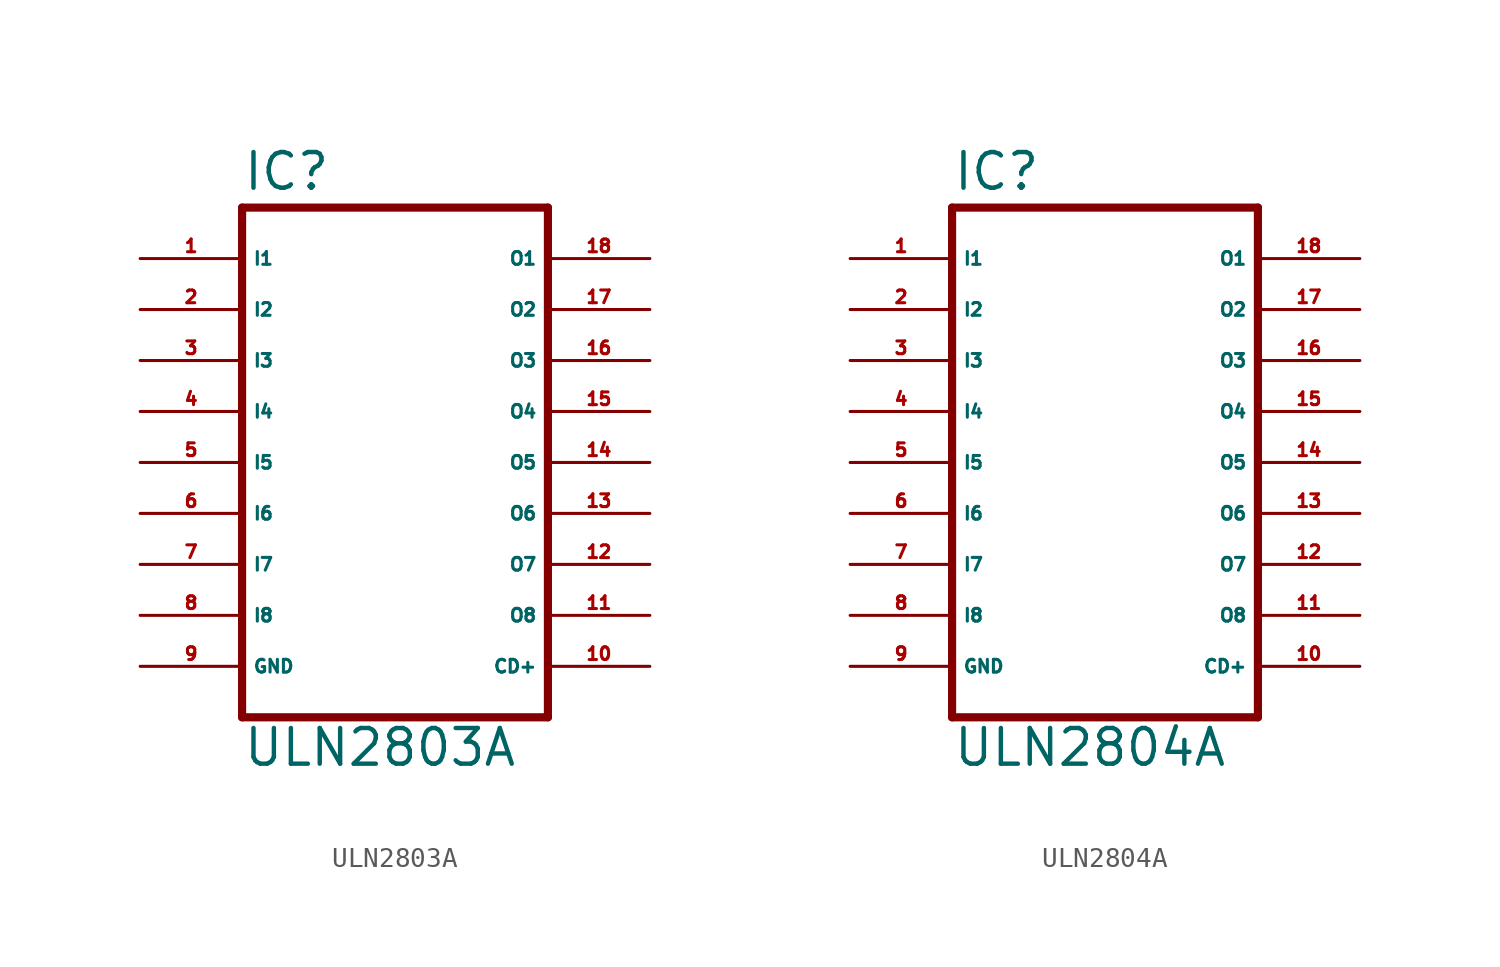
<source format=kicad_sym>
(kicad_symbol_lib
  (version 20220914)
  (generator Eagle2Kicad)
  (symbol "ULN2803A"
    (property "Reference" "IC"
      (at -7.62 13.462 0)
      (effects (font (size 1.778 1.778) (thickness 0.22)) (justify left bottom)))
    (property "Value" "ULN2803A"
      (at -7.62 -15.24 0)
      (effects (font (size 1.778 1.778) (thickness 0.22)) (justify left bottom)))
    (polyline
      (pts (xy -7.62 12.7) (xy 7.62 12.7))
      (stroke (width 0.406) (type default))
      (fill (type none)))
    (polyline
      (pts (xy 7.62 -12.7) (xy 7.62 12.7))
      (stroke (width 0.406) (type default))
      (fill (type none)))
    (polyline
      (pts (xy 7.62 -12.7) (xy -7.62 -12.7))
      (stroke (width 0.406) (type default))
      (fill (type none)))
    (polyline
      (pts (xy -7.62 12.7) (xy -7.62 -12.7))
      (stroke (width 0.406) (type default))
      (fill (type none)))
    (pin input line
      (at -12.7 10.16 0)
      (length 5.08)
      (name "I1" (effects (font (size 0.635 0.635) (thickness 0.08)) (justify left bottom)))
      (number "1" (effects (font (size 0.635 0.635) (thickness 0.08)) (justify left bottom))))
    (pin input line
      (at -12.7 7.62 0)
      (length 5.08)
      (name "I2" (effects (font (size 0.635 0.635) (thickness 0.08)) (justify left bottom)))
      (number "2" (effects (font (size 0.635 0.635) (thickness 0.08)) (justify left bottom))))
    (pin input line
      (at -12.7 5.08 0)
      (length 5.08)
      (name "I3" (effects (font (size 0.635 0.635) (thickness 0.08)) (justify left bottom)))
      (number "3" (effects (font (size 0.635 0.635) (thickness 0.08)) (justify left bottom))))
    (pin input line
      (at -12.7 2.54 0)
      (length 5.08)
      (name "I4" (effects (font (size 0.635 0.635) (thickness 0.08)) (justify left bottom)))
      (number "4" (effects (font (size 0.635 0.635) (thickness 0.08)) (justify left bottom))))
    (pin input line
      (at -12.7 0 0)
      (length 5.08)
      (name "I5" (effects (font (size 0.635 0.635) (thickness 0.08)) (justify left bottom)))
      (number "5" (effects (font (size 0.635 0.635) (thickness 0.08)) (justify left bottom))))
    (pin input line
      (at -12.7 -2.54 0)
      (length 5.08)
      (name "I6" (effects (font (size 0.635 0.635) (thickness 0.08)) (justify left bottom)))
      (number "6" (effects (font (size 0.635 0.635) (thickness 0.08)) (justify left bottom))))
    (pin input line
      (at -12.7 -5.08 0)
      (length 5.08)
      (name "I7" (effects (font (size 0.635 0.635) (thickness 0.08)) (justify left bottom)))
      (number "7" (effects (font (size 0.635 0.635) (thickness 0.08)) (justify left bottom))))
    (pin input line
      (at -12.7 -7.62 0)
      (length 5.08)
      (name "I8" (effects (font (size 0.635 0.635) (thickness 0.08)) (justify left bottom)))
      (number "8" (effects (font (size 0.635 0.635) (thickness 0.08)) (justify left bottom))))
    (pin open_collector line
      (at 12.7 -7.62 180)
      (length 5.08)
      (name "O8" (effects (font (size 0.635 0.635) (thickness 0.08)) (justify left bottom)))
      (number "11" (effects (font (size 0.635 0.635) (thickness 0.08)) (justify left bottom))))
    (pin open_collector line
      (at 12.7 10.16 180)
      (length 5.08)
      (name "O1" (effects (font (size 0.635 0.635) (thickness 0.08)) (justify left bottom)))
      (number "18" (effects (font (size 0.635 0.635) (thickness 0.08)) (justify left bottom))))
    (pin open_collector line
      (at 12.7 7.62 180)
      (length 5.08)
      (name "O2" (effects (font (size 0.635 0.635) (thickness 0.08)) (justify left bottom)))
      (number "17" (effects (font (size 0.635 0.635) (thickness 0.08)) (justify left bottom))))
    (pin open_collector line
      (at 12.7 5.08 180)
      (length 5.08)
      (name "O3" (effects (font (size 0.635 0.635) (thickness 0.08)) (justify left bottom)))
      (number "16" (effects (font (size 0.635 0.635) (thickness 0.08)) (justify left bottom))))
    (pin open_collector line
      (at 12.7 2.54 180)
      (length 5.08)
      (name "O4" (effects (font (size 0.635 0.635) (thickness 0.08)) (justify left bottom)))
      (number "15" (effects (font (size 0.635 0.635) (thickness 0.08)) (justify left bottom))))
    (pin open_collector line
      (at 12.7 0 180)
      (length 5.08)
      (name "O5" (effects (font (size 0.635 0.635) (thickness 0.08)) (justify left bottom)))
      (number "14" (effects (font (size 0.635 0.635) (thickness 0.08)) (justify left bottom))))
    (pin open_collector line
      (at 12.7 -2.54 180)
      (length 5.08)
      (name "O6" (effects (font (size 0.635 0.635) (thickness 0.08)) (justify left bottom)))
      (number "13" (effects (font (size 0.635 0.635) (thickness 0.08)) (justify left bottom))))
    (pin open_collector line
      (at 12.7 -5.08 180)
      (length 5.08)
      (name "O7" (effects (font (size 0.635 0.635) (thickness 0.08)) (justify left bottom)))
      (number "12" (effects (font (size 0.635 0.635) (thickness 0.08)) (justify left bottom))))
    (pin passive line
      (at 12.7 -10.16 180)
      (length 5.08)
      (name "CD+" (effects (font (size 0.635 0.635) (thickness 0.08)) (justify left bottom)))
      (number "10" (effects (font (size 0.635 0.635) (thickness 0.08)) (justify left bottom))))
    (pin unspecified line
      (at -12.7 -10.16 0)
      (length 5.08)
      (name "GND" (effects (font (size 0.635 0.635) (thickness 0.08)) (justify left bottom)))
      (number "9" (effects (font (size 0.635 0.635) (thickness 0.08)) (justify left bottom)))))
  (symbol "ULN2804A"
    (property "Reference" "IC"
      (at -7.62 13.462 0)
      (effects (font (size 1.778 1.778) (thickness 0.22)) (justify left bottom)))
    (property "Value" "ULN2804A"
      (at -7.62 -15.24 0)
      (effects (font (size 1.778 1.778) (thickness 0.22)) (justify left bottom)))
    (polyline
      (pts (xy -7.62 12.7) (xy 7.62 12.7))
      (stroke (width 0.406) (type default))
      (fill (type none)))
    (polyline
      (pts (xy 7.62 -12.7) (xy 7.62 12.7))
      (stroke (width 0.406) (type default))
      (fill (type none)))
    (polyline
      (pts (xy 7.62 -12.7) (xy -7.62 -12.7))
      (stroke (width 0.406) (type default))
      (fill (type none)))
    (polyline
      (pts (xy -7.62 12.7) (xy -7.62 -12.7))
      (stroke (width 0.406) (type default))
      (fill (type none)))
    (pin input line
      (at -12.7 10.16 0)
      (length 5.08)
      (name "I1" (effects (font (size 0.635 0.635) (thickness 0.08)) (justify left bottom)))
      (number "1" (effects (font (size 0.635 0.635) (thickness 0.08)) (justify left bottom))))
    (pin input line
      (at -12.7 7.62 0)
      (length 5.08)
      (name "I2" (effects (font (size 0.635 0.635) (thickness 0.08)) (justify left bottom)))
      (number "2" (effects (font (size 0.635 0.635) (thickness 0.08)) (justify left bottom))))
    (pin input line
      (at -12.7 5.08 0)
      (length 5.08)
      (name "I3" (effects (font (size 0.635 0.635) (thickness 0.08)) (justify left bottom)))
      (number "3" (effects (font (size 0.635 0.635) (thickness 0.08)) (justify left bottom))))
    (pin input line
      (at -12.7 2.54 0)
      (length 5.08)
      (name "I4" (effects (font (size 0.635 0.635) (thickness 0.08)) (justify left bottom)))
      (number "4" (effects (font (size 0.635 0.635) (thickness 0.08)) (justify left bottom))))
    (pin input line
      (at -12.7 0 0)
      (length 5.08)
      (name "I5" (effects (font (size 0.635 0.635) (thickness 0.08)) (justify left bottom)))
      (number "5" (effects (font (size 0.635 0.635) (thickness 0.08)) (justify left bottom))))
    (pin input line
      (at -12.7 -2.54 0)
      (length 5.08)
      (name "I6" (effects (font (size 0.635 0.635) (thickness 0.08)) (justify left bottom)))
      (number "6" (effects (font (size 0.635 0.635) (thickness 0.08)) (justify left bottom))))
    (pin input line
      (at -12.7 -5.08 0)
      (length 5.08)
      (name "I7" (effects (font (size 0.635 0.635) (thickness 0.08)) (justify left bottom)))
      (number "7" (effects (font (size 0.635 0.635) (thickness 0.08)) (justify left bottom))))
    (pin input line
      (at -12.7 -7.62 0)
      (length 5.08)
      (name "I8" (effects (font (size 0.635 0.635) (thickness 0.08)) (justify left bottom)))
      (number "8" (effects (font (size 0.635 0.635) (thickness 0.08)) (justify left bottom))))
    (pin open_collector line
      (at 12.7 -7.62 180)
      (length 5.08)
      (name "O8" (effects (font (size 0.635 0.635) (thickness 0.08)) (justify left bottom)))
      (number "11" (effects (font (size 0.635 0.635) (thickness 0.08)) (justify left bottom))))
    (pin open_collector line
      (at 12.7 10.16 180)
      (length 5.08)
      (name "O1" (effects (font (size 0.635 0.635) (thickness 0.08)) (justify left bottom)))
      (number "18" (effects (font (size 0.635 0.635) (thickness 0.08)) (justify left bottom))))
    (pin open_collector line
      (at 12.7 7.62 180)
      (length 5.08)
      (name "O2" (effects (font (size 0.635 0.635) (thickness 0.08)) (justify left bottom)))
      (number "17" (effects (font (size 0.635 0.635) (thickness 0.08)) (justify left bottom))))
    (pin open_collector line
      (at 12.7 5.08 180)
      (length 5.08)
      (name "O3" (effects (font (size 0.635 0.635) (thickness 0.08)) (justify left bottom)))
      (number "16" (effects (font (size 0.635 0.635) (thickness 0.08)) (justify left bottom))))
    (pin open_collector line
      (at 12.7 2.54 180)
      (length 5.08)
      (name "O4" (effects (font (size 0.635 0.635) (thickness 0.08)) (justify left bottom)))
      (number "15" (effects (font (size 0.635 0.635) (thickness 0.08)) (justify left bottom))))
    (pin open_collector line
      (at 12.7 0 180)
      (length 5.08)
      (name "O5" (effects (font (size 0.635 0.635) (thickness 0.08)) (justify left bottom)))
      (number "14" (effects (font (size 0.635 0.635) (thickness 0.08)) (justify left bottom))))
    (pin open_collector line
      (at 12.7 -2.54 180)
      (length 5.08)
      (name "O6" (effects (font (size 0.635 0.635) (thickness 0.08)) (justify left bottom)))
      (number "13" (effects (font (size 0.635 0.635) (thickness 0.08)) (justify left bottom))))
    (pin open_collector line
      (at 12.7 -5.08 180)
      (length 5.08)
      (name "O7" (effects (font (size 0.635 0.635) (thickness 0.08)) (justify left bottom)))
      (number "12" (effects (font (size 0.635 0.635) (thickness 0.08)) (justify left bottom))))
    (pin passive line
      (at 12.7 -10.16 180)
      (length 5.08)
      (name "CD+" (effects (font (size 0.635 0.635) (thickness 0.08)) (justify left bottom)))
      (number "10" (effects (font (size 0.635 0.635) (thickness 0.08)) (justify left bottom))))
    (pin unspecified line
      (at -12.7 -10.16 0)
      (length 5.08)
      (name "GND" (effects (font (size 0.635 0.635) (thickness 0.08)) (justify left bottom)))
      (number "9" (effects (font (size 0.635 0.635) (thickness 0.08)) (justify left bottom))))))
</source>
